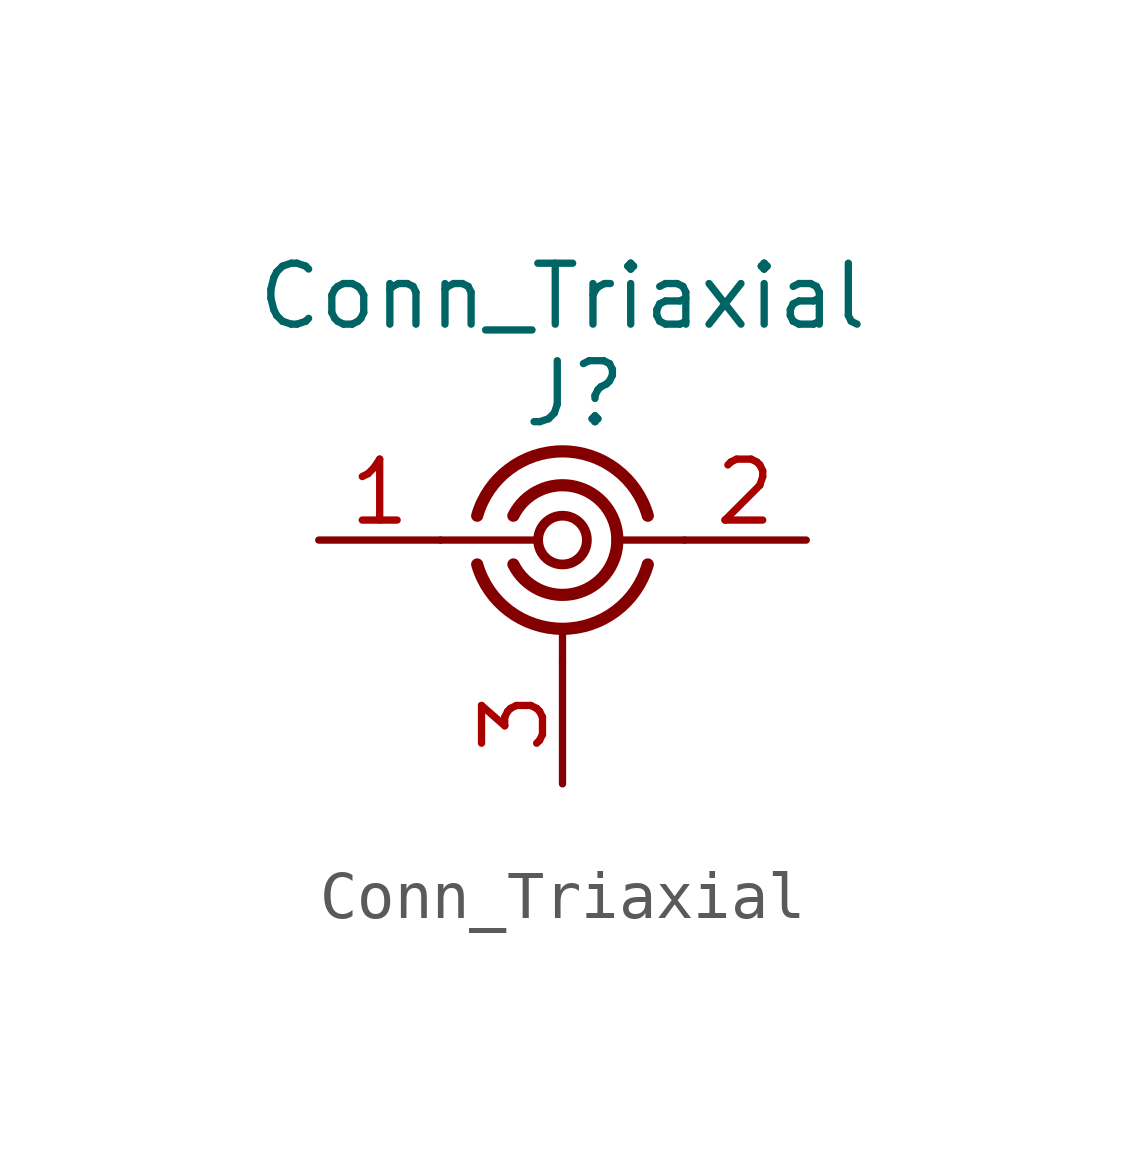
<source format=kicad_sym>
(kicad_symbol_lib
  (version 20241209)
  (generator "kicad_symbol_editor")
  (generator_version "9.0")
  (symbol "Conn_Triaxial"
    (pin_names
      (hide yes))
    (property "Reference" "J"
      (at 0.254 5.588 0)
      (effects (font (size 1.27 1.27))))
    (property "Value" "Conn_Triaxial"
      (at 0 7.62 0)
      (effects (font (size 1.27 1.27))))
    (symbol "Conn_Triaxial_0_1"
      (polyline (pts (xy -2.54 2.54) (xy -0.508 2.54)) (stroke (width 0) (type default)) (fill (type none)))
      (arc (start 1.778 2.032) (mid 0 0.6909) (end -1.778 2.032) (stroke (width 0.254) (type default)) (fill (type none)))
      (circle (center 0 2.54) (radius 0.508) (stroke (width 0.203) (type default)) (fill (type none)))
      (arc (start 1.143 2.54) (mid 0.2609 1.4272) (end -1.0239 2.032) (stroke (width 0.254) (type default)) (fill (type none)))
      (arc (start -1.778 3.048) (mid 0 4.3891) (end 1.778 3.048) (stroke (width 0.254) (type default)) (fill (type none)))
      (arc (start -1.0239 3.048) (mid 0.2609 3.6527) (end 1.143 2.54) (stroke (width 0.254) (type default)) (fill (type none)))
      (polyline (pts (xy 0 0) (xy 0 0.635)) (stroke (width 0) (type default)) (fill (type none)))
      (polyline (pts (xy 1.27 2.54) (xy 2.54 2.54)) (stroke (width 0) (type default)) (fill (type none))))
    (symbol "Conn_Triaxial_1_1"
      (pin passive line (at -5.08 2.54 0) (length 2.54) (name "In1" (effects (font (size 1.27 1.27)))) (number "1" (effects (font (size 1.27 1.27)))))
      (pin passive line (at 0 -2.54 90) (length 2.54) (name "Ext" (effects (font (size 1.27 1.27)))) (number "3" (effects (font (size 1.27 1.27)))))
      (pin passive line (at 5.08 2.54 180) (length 2.54) (name "In2" (effects (font (size 1.27 1.27)))) (number "2" (effects (font (size 1.27 1.27))))))))
</source>
